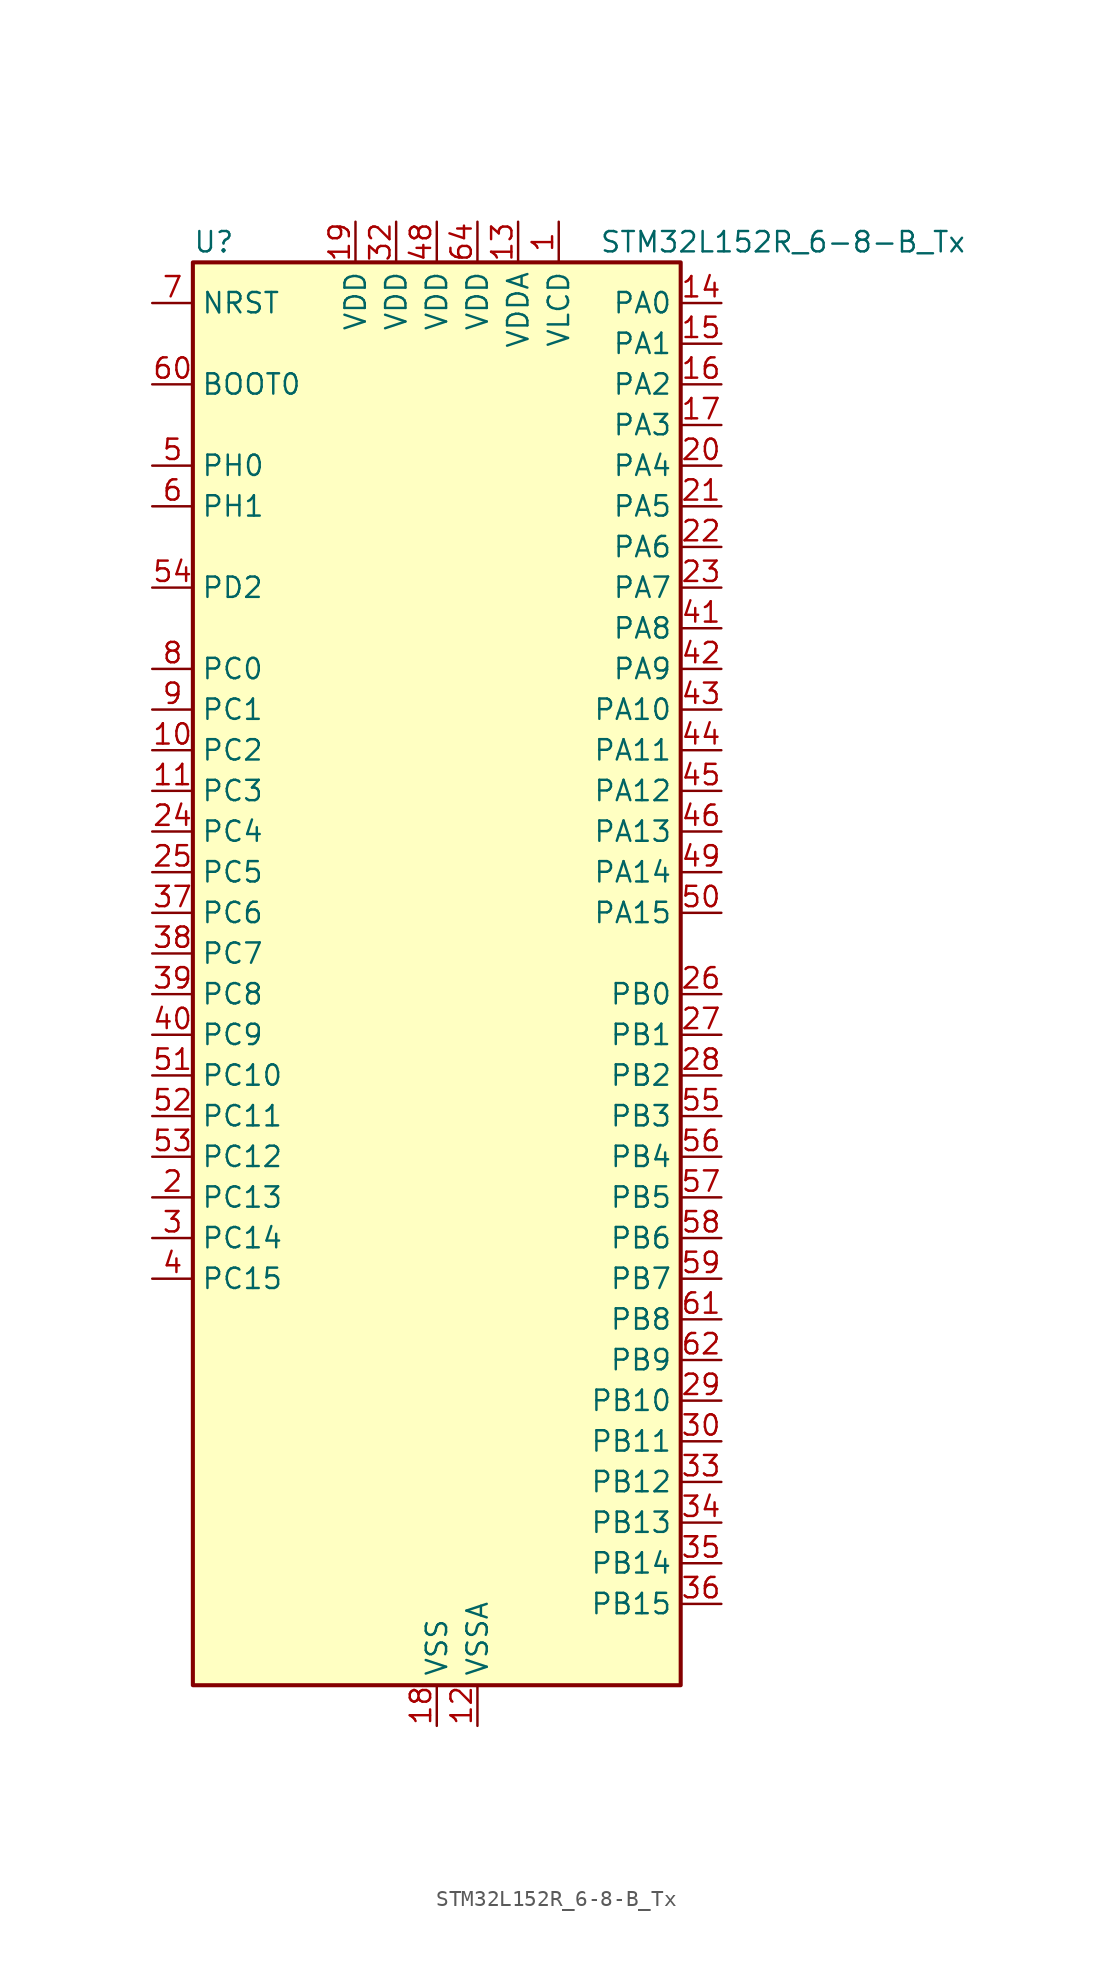
<source format=kicad_sym>
(kicad_symbol_lib
  (version 20231120)
  (generator "kicad-library-utils")
  (generator_version "8.0")
  (symbol "STM32L152R_6-8-B_Tx"
    (property "Reference" "U"
      (at -15.24 46.99 0)
      (effects (font (size 1.27 1.27)) (justify left)))
    (property "Value" "STM32L152R_6-8-B_Tx"
      (at 10.16 46.99 0)
      (effects (font (size 1.27 1.27)) (justify left)))
    (symbol "STM32L152R_6-8-B_Tx_0_1"
      (rectangle (start -15.24 -43.18) (end 15.24 45.72) (stroke (width 0.254) (type default)) (fill (type background))))
    (symbol "STM32L152R_6-8-B_Tx_1_1"
      (pin power_in line (at 7.62 48.26 270) (length 2.54) (name "VLCD" (effects (font (size 1.27 1.27)))) (number "1" (effects (font (size 1.27 1.27)))))
      (pin bidirectional line (at -17.78 15.24 0) (length 2.54) (name "PC2" (effects (font (size 1.27 1.27)))) (number "10" (effects (font (size 1.27 1.27)))) (alternate "ADC_IN12" bidirectional line) (alternate "COMP1_INP" bidirectional line) (alternate "LCD_SEG20" bidirectional line) (alternate "TIMX_IC3" bidirectional line) (alternate "TS_G8_IO3" bidirectional line))
      (pin bidirectional line (at -17.78 12.7 0) (length 2.54) (name "PC3" (effects (font (size 1.27 1.27)))) (number "11" (effects (font (size 1.27 1.27)))) (alternate "ADC_IN13" bidirectional line) (alternate "COMP1_INP" bidirectional line) (alternate "LCD_SEG21" bidirectional line) (alternate "TIMX_IC4" bidirectional line) (alternate "TS_G8_IO4" bidirectional line))
      (pin power_in line (at 2.54 -45.72 90) (length 2.54) (name "VSSA" (effects (font (size 1.27 1.27)))) (number "12" (effects (font (size 1.27 1.27)))))
      (pin power_in line (at 5.08 48.26 270) (length 2.54) (name "VDDA" (effects (font (size 1.27 1.27)))) (number "13" (effects (font (size 1.27 1.27)))))
      (pin bidirectional line (at 17.78 43.18 180) (length 2.54) (name "PA0" (effects (font (size 1.27 1.27)))) (number "14" (effects (font (size 1.27 1.27)))) (alternate "ADC_IN0" bidirectional line) (alternate "COMP1_INP" bidirectional line) (alternate "SYS_WKUP1" bidirectional line) (alternate "TIM2_CH1" bidirectional line) (alternate "TIM2_ETR" bidirectional line) (alternate "TIMX_IC1" bidirectional line) (alternate "TS_G1_IO1" bidirectional line) (alternate "USART2_CTS" bidirectional line))
      (pin bidirectional line (at 17.78 40.64 180) (length 2.54) (name "PA1" (effects (font (size 1.27 1.27)))) (number "15" (effects (font (size 1.27 1.27)))) (alternate "ADC_IN1" bidirectional line) (alternate "COMP1_INP" bidirectional line) (alternate "LCD_SEG0" bidirectional line) (alternate "TIM2_CH2" bidirectional line) (alternate "TIMX_IC2" bidirectional line) (alternate "TS_G1_IO2" bidirectional line) (alternate "USART2_RTS" bidirectional line))
      (pin bidirectional line (at 17.78 38.1 180) (length 2.54) (name "PA2" (effects (font (size 1.27 1.27)))) (number "16" (effects (font (size 1.27 1.27)))) (alternate "ADC_IN2" bidirectional line) (alternate "COMP1_INP" bidirectional line) (alternate "LCD_SEG1" bidirectional line) (alternate "TIM2_CH3" bidirectional line) (alternate "TIM9_CH1" bidirectional line) (alternate "TIMX_IC3" bidirectional line) (alternate "TS_G1_IO3" bidirectional line) (alternate "USART2_TX" bidirectional line))
      (pin bidirectional line (at 17.78 35.56 180) (length 2.54) (name "PA3" (effects (font (size 1.27 1.27)))) (number "17" (effects (font (size 1.27 1.27)))) (alternate "ADC_IN3" bidirectional line) (alternate "COMP1_INP" bidirectional line) (alternate "LCD_SEG2" bidirectional line) (alternate "TIM2_CH4" bidirectional line) (alternate "TIM9_CH2" bidirectional line) (alternate "TIMX_IC4" bidirectional line) (alternate "TS_G1_IO4" bidirectional line) (alternate "USART2_RX" bidirectional line))
      (pin power_in line (at 0 -45.72 90) (length 2.54) (name "VSS" (effects (font (size 1.27 1.27)))) (number "18" (effects (font (size 1.27 1.27)))))
      (pin power_in line (at -5.08 48.26 270) (length 2.54) (name "VDD" (effects (font (size 1.27 1.27)))) (number "19" (effects (font (size 1.27 1.27)))))
      (pin bidirectional line (at -17.78 -12.7 0) (length 2.54) (name "PC13" (effects (font (size 1.27 1.27)))) (number "2" (effects (font (size 1.27 1.27)))) (alternate "RTC_OUT_ALARM" bidirectional line) (alternate "RTC_OUT_CALIB" bidirectional line) (alternate "RTC_TAMP1" bidirectional line) (alternate "RTC_TS" bidirectional line) (alternate "SYS_WKUP2" bidirectional line) (alternate "TIMX_IC2" bidirectional line))
      (pin bidirectional line (at 17.78 33.02 180) (length 2.54) (name "PA4" (effects (font (size 1.27 1.27)))) (number "20" (effects (font (size 1.27 1.27)))) (alternate "ADC_IN4" bidirectional line) (alternate "COMP1_INP" bidirectional line) (alternate "DAC_OUT1" bidirectional line) (alternate "SPI1_NSS" bidirectional line) (alternate "TIMX_IC1" bidirectional line) (alternate "USART2_CK" bidirectional line))
      (pin bidirectional line (at 17.78 30.48 180) (length 2.54) (name "PA5" (effects (font (size 1.27 1.27)))) (number "21" (effects (font (size 1.27 1.27)))) (alternate "ADC_IN5" bidirectional line) (alternate "COMP1_INP" bidirectional line) (alternate "DAC_OUT2" bidirectional line) (alternate "SPI1_SCK" bidirectional line) (alternate "TIM2_CH1" bidirectional line) (alternate "TIM2_ETR" bidirectional line) (alternate "TIMX_IC2" bidirectional line))
      (pin bidirectional line (at 17.78 27.94 180) (length 2.54) (name "PA6" (effects (font (size 1.27 1.27)))) (number "22" (effects (font (size 1.27 1.27)))) (alternate "ADC_IN6" bidirectional line) (alternate "COMP1_INP" bidirectional line) (alternate "LCD_SEG3" bidirectional line) (alternate "SPI1_MISO" bidirectional line) (alternate "TIM10_CH1" bidirectional line) (alternate "TIM3_CH1" bidirectional line) (alternate "TIMX_IC3" bidirectional line) (alternate "TS_G2_IO1" bidirectional line))
      (pin bidirectional line (at 17.78 25.4 180) (length 2.54) (name "PA7" (effects (font (size 1.27 1.27)))) (number "23" (effects (font (size 1.27 1.27)))) (alternate "ADC_IN7" bidirectional line) (alternate "COMP1_INP" bidirectional line) (alternate "LCD_SEG4" bidirectional line) (alternate "SPI1_MOSI" bidirectional line) (alternate "TIM11_CH1" bidirectional line) (alternate "TIM3_CH2" bidirectional line) (alternate "TIMX_IC4" bidirectional line) (alternate "TS_G2_IO2" bidirectional line))
      (pin bidirectional line (at -17.78 10.16 0) (length 2.54) (name "PC4" (effects (font (size 1.27 1.27)))) (number "24" (effects (font (size 1.27 1.27)))) (alternate "ADC_IN14" bidirectional line) (alternate "COMP1_INP" bidirectional line) (alternate "LCD_SEG22" bidirectional line) (alternate "TIMX_IC1" bidirectional line) (alternate "TS_G9_IO1" bidirectional line))
      (pin bidirectional line (at -17.78 7.62 0) (length 2.54) (name "PC5" (effects (font (size 1.27 1.27)))) (number "25" (effects (font (size 1.27 1.27)))) (alternate "ADC_IN15" bidirectional line) (alternate "COMP1_INP" bidirectional line) (alternate "LCD_SEG23" bidirectional line) (alternate "TIMX_IC2" bidirectional line) (alternate "TS_G9_IO2" bidirectional line))
      (pin bidirectional line (at 17.78 0 180) (length 2.54) (name "PB0" (effects (font (size 1.27 1.27)))) (number "26" (effects (font (size 1.27 1.27)))) (alternate "ADC_IN8" bidirectional line) (alternate "COMP1_INP" bidirectional line) (alternate "LCD_SEG5" bidirectional line) (alternate "SYS_V_REF_OUT" bidirectional line) (alternate "TIM3_CH3" bidirectional line) (alternate "TS_G3_IO1" bidirectional line))
      (pin bidirectional line (at 17.78 -2.54 180) (length 2.54) (name "PB1" (effects (font (size 1.27 1.27)))) (number "27" (effects (font (size 1.27 1.27)))) (alternate "ADC_IN9" bidirectional line) (alternate "COMP1_INP" bidirectional line) (alternate "LCD_SEG6" bidirectional line) (alternate "SYS_V_REF_OUT" bidirectional line) (alternate "TIM3_CH4" bidirectional line) (alternate "TS_G3_IO2" bidirectional line))
      (pin bidirectional line (at 17.78 -5.08 180) (length 2.54) (name "PB2" (effects (font (size 1.27 1.27)))) (number "28" (effects (font (size 1.27 1.27)))))
      (pin bidirectional line (at 17.78 -25.4 180) (length 2.54) (name "PB10" (effects (font (size 1.27 1.27)))) (number "29" (effects (font (size 1.27 1.27)))) (alternate "I2C2_SCL" bidirectional line) (alternate "LCD_SEG10" bidirectional line) (alternate "TIM2_CH3" bidirectional line) (alternate "USART3_TX" bidirectional line))
      (pin bidirectional line (at -17.78 -15.24 0) (length 2.54) (name "PC14" (effects (font (size 1.27 1.27)))) (number "3" (effects (font (size 1.27 1.27)))) (alternate "RCC_OSC32_IN" bidirectional line) (alternate "TIMX_IC3" bidirectional line))
      (pin bidirectional line (at 17.78 -27.94 180) (length 2.54) (name "PB11" (effects (font (size 1.27 1.27)))) (number "30" (effects (font (size 1.27 1.27)))) (alternate "ADC_EXTI11" bidirectional line) (alternate "I2C2_SDA" bidirectional line) (alternate "LCD_SEG11" bidirectional line) (alternate "TIM2_CH4" bidirectional line) (alternate "USART3_RX" bidirectional line))
      (pin passive line (at 0 -45.72 90) (length 2.54) hide (name "VSS" (effects (font (size 1.27 1.27)))) (number "31" (effects (font (size 1.27 1.27)))))
      (pin power_in line (at -2.54 48.26 270) (length 2.54) (name "VDD" (effects (font (size 1.27 1.27)))) (number "32" (effects (font (size 1.27 1.27)))))
      (pin bidirectional line (at 17.78 -30.48 180) (length 2.54) (name "PB12" (effects (font (size 1.27 1.27)))) (number "33" (effects (font (size 1.27 1.27)))) (alternate "ADC_IN18" bidirectional line) (alternate "COMP1_INP" bidirectional line) (alternate "I2C2_SMBA" bidirectional line) (alternate "LCD_SEG12" bidirectional line) (alternate "SPI2_NSS" bidirectional line) (alternate "TIM10_CH1" bidirectional line) (alternate "TS_G7_IO1" bidirectional line) (alternate "USART3_CK" bidirectional line))
      (pin bidirectional line (at 17.78 -33.02 180) (length 2.54) (name "PB13" (effects (font (size 1.27 1.27)))) (number "34" (effects (font (size 1.27 1.27)))) (alternate "ADC_IN19" bidirectional line) (alternate "COMP1_INP" bidirectional line) (alternate "LCD_SEG13" bidirectional line) (alternate "SPI2_SCK" bidirectional line) (alternate "TIM9_CH1" bidirectional line) (alternate "TS_G7_IO2" bidirectional line) (alternate "USART3_CTS" bidirectional line))
      (pin bidirectional line (at 17.78 -35.56 180) (length 2.54) (name "PB14" (effects (font (size 1.27 1.27)))) (number "35" (effects (font (size 1.27 1.27)))) (alternate "ADC_IN20" bidirectional line) (alternate "COMP1_INP" bidirectional line) (alternate "LCD_SEG14" bidirectional line) (alternate "SPI2_MISO" bidirectional line) (alternate "TIM9_CH2" bidirectional line) (alternate "TS_G7_IO3" bidirectional line) (alternate "USART3_RTS" bidirectional line))
      (pin bidirectional line (at 17.78 -38.1 180) (length 2.54) (name "PB15" (effects (font (size 1.27 1.27)))) (number "36" (effects (font (size 1.27 1.27)))) (alternate "ADC_EXTI15" bidirectional line) (alternate "ADC_IN21" bidirectional line) (alternate "COMP1_INP" bidirectional line) (alternate "LCD_SEG15" bidirectional line) (alternate "RTC_REFIN" bidirectional line) (alternate "SPI2_MOSI" bidirectional line) (alternate "TIM11_CH1" bidirectional line) (alternate "TS_G7_IO4" bidirectional line))
      (pin bidirectional line (at -17.78 5.08 0) (length 2.54) (name "PC6" (effects (font (size 1.27 1.27)))) (number "37" (effects (font (size 1.27 1.27)))) (alternate "LCD_SEG24" bidirectional line) (alternate "TIM3_CH1" bidirectional line) (alternate "TIMX_IC3" bidirectional line) (alternate "TS_G10_IO1" bidirectional line))
      (pin bidirectional line (at -17.78 2.54 0) (length 2.54) (name "PC7" (effects (font (size 1.27 1.27)))) (number "38" (effects (font (size 1.27 1.27)))) (alternate "LCD_SEG25" bidirectional line) (alternate "TIM3_CH2" bidirectional line) (alternate "TIMX_IC4" bidirectional line) (alternate "TS_G10_IO2" bidirectional line))
      (pin bidirectional line (at -17.78 0 0) (length 2.54) (name "PC8" (effects (font (size 1.27 1.27)))) (number "39" (effects (font (size 1.27 1.27)))) (alternate "LCD_SEG26" bidirectional line) (alternate "TIM3_CH3" bidirectional line) (alternate "TIMX_IC1" bidirectional line) (alternate "TS_G10_IO3" bidirectional line))
      (pin bidirectional line (at -17.78 -17.78 0) (length 2.54) (name "PC15" (effects (font (size 1.27 1.27)))) (number "4" (effects (font (size 1.27 1.27)))) (alternate "ADC_EXTI15" bidirectional line) (alternate "RCC_OSC32_OUT" bidirectional line) (alternate "TIMX_IC4" bidirectional line))
      (pin bidirectional line (at -17.78 -2.54 0) (length 2.54) (name "PC9" (effects (font (size 1.27 1.27)))) (number "40" (effects (font (size 1.27 1.27)))) (alternate "DAC_EXTI9" bidirectional line) (alternate "LCD_SEG27" bidirectional line) (alternate "TIM3_CH4" bidirectional line) (alternate "TIMX_IC2" bidirectional line) (alternate "TS_G10_IO4" bidirectional line))
      (pin bidirectional line (at 17.78 22.86 180) (length 2.54) (name "PA8" (effects (font (size 1.27 1.27)))) (number "41" (effects (font (size 1.27 1.27)))) (alternate "LCD_COM0" bidirectional line) (alternate "RCC_MCO" bidirectional line) (alternate "TIMX_IC1" bidirectional line) (alternate "TS_G4_IO1" bidirectional line) (alternate "USART1_CK" bidirectional line))
      (pin bidirectional line (at 17.78 20.32 180) (length 2.54) (name "PA9" (effects (font (size 1.27 1.27)))) (number "42" (effects (font (size 1.27 1.27)))) (alternate "DAC_EXTI9" bidirectional line) (alternate "LCD_COM1" bidirectional line) (alternate "TIMX_IC2" bidirectional line) (alternate "TS_G4_IO2" bidirectional line) (alternate "USART1_TX" bidirectional line))
      (pin bidirectional line (at 17.78 17.78 180) (length 2.54) (name "PA10" (effects (font (size 1.27 1.27)))) (number "43" (effects (font (size 1.27 1.27)))) (alternate "LCD_COM2" bidirectional line) (alternate "TIMX_IC3" bidirectional line) (alternate "TS_G4_IO3" bidirectional line) (alternate "USART1_RX" bidirectional line))
      (pin bidirectional line (at 17.78 15.24 180) (length 2.54) (name "PA11" (effects (font (size 1.27 1.27)))) (number "44" (effects (font (size 1.27 1.27)))) (alternate "ADC_EXTI11" bidirectional line) (alternate "SPI1_MISO" bidirectional line) (alternate "TIMX_IC4" bidirectional line) (alternate "USART1_CTS" bidirectional line) (alternate "USB_DM" bidirectional line))
      (pin bidirectional line (at 17.78 12.7 180) (length 2.54) (name "PA12" (effects (font (size 1.27 1.27)))) (number "45" (effects (font (size 1.27 1.27)))) (alternate "SPI1_MOSI" bidirectional line) (alternate "TIMX_IC1" bidirectional line) (alternate "USART1_RTS" bidirectional line) (alternate "USB_DP" bidirectional line))
      (pin bidirectional line (at 17.78 10.16 180) (length 2.54) (name "PA13" (effects (font (size 1.27 1.27)))) (number "46" (effects (font (size 1.27 1.27)))) (alternate "SYS_JTMS-SWDIO" bidirectional line) (alternate "TIMX_IC2" bidirectional line) (alternate "TS_G5_IO1" bidirectional line))
      (pin passive line (at 0 -45.72 90) (length 2.54) hide (name "VSS" (effects (font (size 1.27 1.27)))) (number "47" (effects (font (size 1.27 1.27)))))
      (pin power_in line (at 0 48.26 270) (length 2.54) (name "VDD" (effects (font (size 1.27 1.27)))) (number "48" (effects (font (size 1.27 1.27)))))
      (pin bidirectional line (at 17.78 7.62 180) (length 2.54) (name "PA14" (effects (font (size 1.27 1.27)))) (number "49" (effects (font (size 1.27 1.27)))) (alternate "SYS_JTCK-SWCLK" bidirectional line) (alternate "TIMX_IC3" bidirectional line) (alternate "TS_G5_IO2" bidirectional line))
      (pin bidirectional line (at -17.78 33.02 0) (length 2.54) (name "PH0" (effects (font (size 1.27 1.27)))) (number "5" (effects (font (size 1.27 1.27)))) (alternate "RCC_OSC_IN" bidirectional line))
      (pin bidirectional line (at 17.78 5.08 180) (length 2.54) (name "PA15" (effects (font (size 1.27 1.27)))) (number "50" (effects (font (size 1.27 1.27)))) (alternate "ADC_EXTI15" bidirectional line) (alternate "LCD_SEG17" bidirectional line) (alternate "SPI1_NSS" bidirectional line) (alternate "SYS_JTDI" bidirectional line) (alternate "TIM2_CH1" bidirectional line) (alternate "TIM2_ETR" bidirectional line) (alternate "TIMX_IC4" bidirectional line) (alternate "TS_G5_IO3" bidirectional line))
      (pin bidirectional line (at -17.78 -5.08 0) (length 2.54) (name "PC10" (effects (font (size 1.27 1.27)))) (number "51" (effects (font (size 1.27 1.27)))) (alternate "LCD_COM4" bidirectional line) (alternate "LCD_SEG28" bidirectional line) (alternate "TIMX_IC3" bidirectional line) (alternate "USART3_TX" bidirectional line))
      (pin bidirectional line (at -17.78 -7.62 0) (length 2.54) (name "PC11" (effects (font (size 1.27 1.27)))) (number "52" (effects (font (size 1.27 1.27)))) (alternate "ADC_EXTI11" bidirectional line) (alternate "LCD_COM5" bidirectional line) (alternate "LCD_SEG29" bidirectional line) (alternate "TIMX_IC4" bidirectional line) (alternate "USART3_RX" bidirectional line))
      (pin bidirectional line (at -17.78 -10.16 0) (length 2.54) (name "PC12" (effects (font (size 1.27 1.27)))) (number "53" (effects (font (size 1.27 1.27)))) (alternate "LCD_COM6" bidirectional line) (alternate "LCD_SEG30" bidirectional line) (alternate "TIMX_IC1" bidirectional line) (alternate "USART3_CK" bidirectional line))
      (pin bidirectional line (at -17.78 25.4 0) (length 2.54) (name "PD2" (effects (font (size 1.27 1.27)))) (number "54" (effects (font (size 1.27 1.27)))) (alternate "LCD_COM7" bidirectional line) (alternate "LCD_SEG31" bidirectional line) (alternate "TIM3_ETR" bidirectional line) (alternate "TIMX_IC3" bidirectional line))
      (pin bidirectional line (at 17.78 -7.62 180) (length 2.54) (name "PB3" (effects (font (size 1.27 1.27)))) (number "55" (effects (font (size 1.27 1.27)))) (alternate "COMP2_INM" bidirectional line) (alternate "LCD_SEG7" bidirectional line) (alternate "SPI1_SCK" bidirectional line) (alternate "SYS_JTDO-TRACESWO" bidirectional line) (alternate "TIM2_CH2" bidirectional line))
      (pin bidirectional line (at 17.78 -10.16 180) (length 2.54) (name "PB4" (effects (font (size 1.27 1.27)))) (number "56" (effects (font (size 1.27 1.27)))) (alternate "COMP2_INP" bidirectional line) (alternate "LCD_SEG8" bidirectional line) (alternate "SPI1_MISO" bidirectional line) (alternate "SYS_JTRST" bidirectional line) (alternate "TIM3_CH1" bidirectional line) (alternate "TS_G6_IO1" bidirectional line))
      (pin bidirectional line (at 17.78 -12.7 180) (length 2.54) (name "PB5" (effects (font (size 1.27 1.27)))) (number "57" (effects (font (size 1.27 1.27)))) (alternate "COMP2_INP" bidirectional line) (alternate "I2C1_SMBA" bidirectional line) (alternate "LCD_SEG9" bidirectional line) (alternate "SPI1_MOSI" bidirectional line) (alternate "TIM3_CH2" bidirectional line) (alternate "TS_G6_IO2" bidirectional line))
      (pin bidirectional line (at 17.78 -15.24 180) (length 2.54) (name "PB6" (effects (font (size 1.27 1.27)))) (number "58" (effects (font (size 1.27 1.27)))) (alternate "I2C1_SCL" bidirectional line) (alternate "TIM4_CH1" bidirectional line) (alternate "USART1_TX" bidirectional line))
      (pin bidirectional line (at 17.78 -17.78 180) (length 2.54) (name "PB7" (effects (font (size 1.27 1.27)))) (number "59" (effects (font (size 1.27 1.27)))) (alternate "I2C1_SDA" bidirectional line) (alternate "SYS_PVD_IN" bidirectional line) (alternate "TIM4_CH2" bidirectional line) (alternate "USART1_RX" bidirectional line))
      (pin bidirectional line (at -17.78 30.48 0) (length 2.54) (name "PH1" (effects (font (size 1.27 1.27)))) (number "6" (effects (font (size 1.27 1.27)))) (alternate "RCC_OSC_OUT" bidirectional line))
      (pin input line (at -17.78 38.1 0) (length 2.54) (name "BOOT0" (effects (font (size 1.27 1.27)))) (number "60" (effects (font (size 1.27 1.27)))))
      (pin bidirectional line (at 17.78 -20.32 180) (length 2.54) (name "PB8" (effects (font (size 1.27 1.27)))) (number "61" (effects (font (size 1.27 1.27)))) (alternate "I2C1_SCL" bidirectional line) (alternate "LCD_SEG16" bidirectional line) (alternate "TIM10_CH1" bidirectional line) (alternate "TIM4_CH3" bidirectional line))
      (pin bidirectional line (at 17.78 -22.86 180) (length 2.54) (name "PB9" (effects (font (size 1.27 1.27)))) (number "62" (effects (font (size 1.27 1.27)))) (alternate "DAC_EXTI9" bidirectional line) (alternate "I2C1_SDA" bidirectional line) (alternate "LCD_COM3" bidirectional line) (alternate "TIM11_CH1" bidirectional line) (alternate "TIM4_CH4" bidirectional line))
      (pin passive line (at 0 -45.72 90) (length 2.54) hide (name "VSS" (effects (font (size 1.27 1.27)))) (number "63" (effects (font (size 1.27 1.27)))))
      (pin power_in line (at 2.54 48.26 270) (length 2.54) (name "VDD" (effects (font (size 1.27 1.27)))) (number "64" (effects (font (size 1.27 1.27)))))
      (pin input line (at -17.78 43.18 0) (length 2.54) (name "NRST" (effects (font (size 1.27 1.27)))) (number "7" (effects (font (size 1.27 1.27)))))
      (pin bidirectional line (at -17.78 20.32 0) (length 2.54) (name "PC0" (effects (font (size 1.27 1.27)))) (number "8" (effects (font (size 1.27 1.27)))) (alternate "ADC_IN10" bidirectional line) (alternate "COMP1_INP" bidirectional line) (alternate "LCD_SEG18" bidirectional line) (alternate "TIMX_IC1" bidirectional line) (alternate "TS_G8_IO1" bidirectional line))
      (pin bidirectional line (at -17.78 17.78 0) (length 2.54) (name "PC1" (effects (font (size 1.27 1.27)))) (number "9" (effects (font (size 1.27 1.27)))) (alternate "ADC_IN11" bidirectional line) (alternate "COMP1_INP" bidirectional line) (alternate "LCD_SEG19" bidirectional line) (alternate "TIMX_IC2" bidirectional line) (alternate "TS_G8_IO2" bidirectional line)))))
</source>
